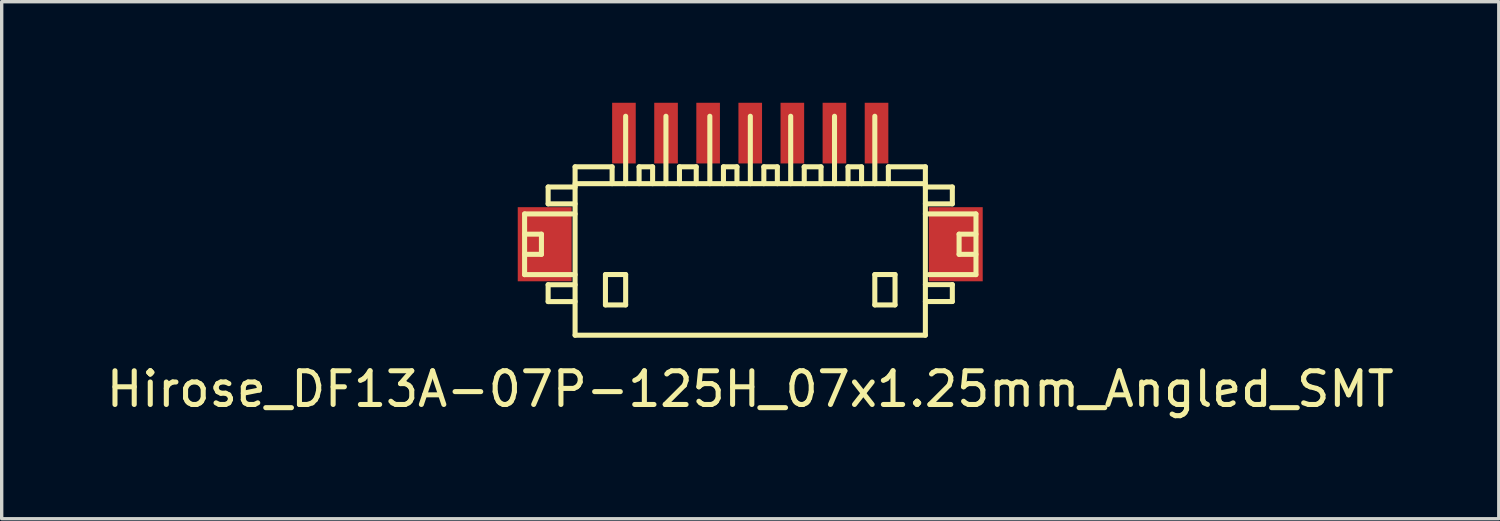
<source format=kicad_pcb>
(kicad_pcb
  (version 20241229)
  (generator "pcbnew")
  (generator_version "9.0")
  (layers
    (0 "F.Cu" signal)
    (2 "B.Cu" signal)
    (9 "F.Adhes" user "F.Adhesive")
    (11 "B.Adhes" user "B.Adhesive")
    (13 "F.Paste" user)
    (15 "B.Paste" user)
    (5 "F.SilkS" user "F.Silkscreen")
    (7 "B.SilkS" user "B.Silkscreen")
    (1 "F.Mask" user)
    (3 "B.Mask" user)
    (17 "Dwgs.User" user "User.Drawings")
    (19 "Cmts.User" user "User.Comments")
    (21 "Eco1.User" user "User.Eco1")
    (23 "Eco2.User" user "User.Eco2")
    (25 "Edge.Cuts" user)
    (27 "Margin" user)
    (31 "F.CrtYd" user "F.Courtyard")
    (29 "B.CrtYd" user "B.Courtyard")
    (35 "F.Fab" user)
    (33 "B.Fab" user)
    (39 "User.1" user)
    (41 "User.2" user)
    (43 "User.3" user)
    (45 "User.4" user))
  (footprint "Hirose_DF13A-07P-125H_07x1.25mm_Angled_SMT"
    (layer "F.Cu")
    (at 19.22 4.401)
    (property "Reference" "Hirose_DF13A-07P-125H_07x1.25mm_Angled_SMT" (at 0 4.1 0) (layer "F.SilkS") (effects (font (size 1 1) (thickness 0.15))))
    (attr smd)
    (fp_line (start -6.698 -1.1) (end -6.698 0.701) (stroke (width 0.15) (type solid)) (layer "F.SilkS"))
    (fp_line (start -6.698 0.701) (end -5.199 0.701) (stroke (width 0.15) (type solid)) (layer "F.SilkS"))
    (fp_line (start -6.198 -0.5) (end -6.698 -0.5) (stroke (width 0.15) (type solid)) (layer "F.SilkS"))
    (fp_line (start -6.198 0.099) (end -6.698 0.099) (stroke (width 0.15) (type solid)) (layer "F.SilkS"))
    (fp_line (start -6.198 0.099) (end -6.198 -0.5) (stroke (width 0.15) (type solid)) (layer "F.SilkS"))
    (fp_line (start -5.999 -1.9) (end -5.999 -1.4) (stroke (width 0.15) (type solid)) (layer "F.SilkS"))
    (fp_line (start -5.999 -1.9) (end -5.199 -1.9) (stroke (width 0.15) (type solid)) (layer "F.SilkS"))
    (fp_line (start -5.999 1.001) (end -5.999 1.501) (stroke (width 0.15) (type solid)) (layer "F.SilkS"))
    (fp_line (start -5.999 1.501) (end -5.199 1.501) (stroke (width 0.15) (type solid)) (layer "F.SilkS"))
    (fp_line (start -5.199 -1.999) (end 5.199 -1.999) (stroke (width 0.15) (type solid)) (layer "F.SilkS"))
    (fp_line (start -5.199 -1.4) (end -5.999 -1.4) (stroke (width 0.15) (type solid)) (layer "F.SilkS"))
    (fp_line (start -5.199 -1.1) (end -6.698 -1.1) (stroke (width 0.15) (type solid)) (layer "F.SilkS"))
    (fp_line (start -5.199 1.001) (end -5.999 1.001) (stroke (width 0.15) (type solid)) (layer "F.SilkS"))
    (fp_line (start -5.199 2.499) (end -5.199 -2.499) (stroke (width 0.15) (type solid)) (layer "F.SilkS"))
    (fp_line (start -5.199 2.499) (end 5.199 2.499) (stroke (width 0.15) (type solid)) (layer "F.SilkS"))
    (fp_line (start -4.298 0.699) (end -4.298 1.6) (stroke (width 0.15) (type solid)) (layer "F.SilkS"))
    (fp_line (start -4.298 1.6) (end -3.698 1.6) (stroke (width 0.15) (type solid)) (layer "F.SilkS"))
    (fp_line (start -4.1 -2.499) (end -5.199 -2.499) (stroke (width 0.15) (type solid)) (layer "F.SilkS"))
    (fp_line (start -4.1 -2.499) (end -4.1 -1.999) (stroke (width 0.15) (type solid)) (layer "F.SilkS"))
    (fp_line (start -3.698 -4) (end -3.698 -1.999) (stroke (width 0.15) (type solid)) (layer "F.SilkS"))
    (fp_line (start -3.698 0.699) (end -4.298 0.699) (stroke (width 0.15) (type solid)) (layer "F.SilkS"))
    (fp_line (start -3.698 1.6) (end -3.698 0.699) (stroke (width 0.15) (type solid)) (layer "F.SilkS"))
    (fp_line (start -3.299 -2.499) (end -3.299 -1.999) (stroke (width 0.15) (type solid)) (layer "F.SilkS"))
    (fp_line (start -2.898 -2.499) (end -3.299 -2.499) (stroke (width 0.15) (type solid)) (layer "F.SilkS"))
    (fp_line (start -2.898 -2.499) (end -2.898 -1.999) (stroke (width 0.15) (type solid)) (layer "F.SilkS"))
    (fp_line (start -2.502 -1.999) (end -2.502 -4) (stroke (width 0.15) (type solid)) (layer "F.SilkS"))
    (fp_line (start -2.103 -2.499) (end -1.603 -2.499) (stroke (width 0.15) (type solid)) (layer "F.SilkS"))
    (fp_line (start -2.101 -1.999) (end -2.101 -2.499) (stroke (width 0.15) (type solid)) (layer "F.SilkS"))
    (fp_line (start -1.603 -2.499) (end -1.603 -1.999) (stroke (width 0.15) (type solid)) (layer "F.SilkS"))
    (fp_line (start -1.199 -1.999) (end -1.199 -4) (stroke (width 0.15) (type solid)) (layer "F.SilkS"))
    (fp_line (start -0.795 -2.499) (end -0.795 -1.999) (stroke (width 0.15) (type solid)) (layer "F.SilkS"))
    (fp_line (start -0.394 -2.499) (end -0.795 -2.499) (stroke (width 0.15) (type solid)) (layer "F.SilkS"))
    (fp_line (start -0.394 -2.499) (end -0.394 -1.999) (stroke (width 0.15) (type solid)) (layer "F.SilkS"))
    (fp_line (start 0.003 -1.999) (end 0.003 -4) (stroke (width 0.15) (type solid)) (layer "F.SilkS"))
    (fp_line (start 0.404 -2.499) (end 0.404 -1.999) (stroke (width 0.15) (type solid)) (layer "F.SilkS"))
    (fp_line (start 0.805 -2.499) (end 0.404 -2.499) (stroke (width 0.15) (type solid)) (layer "F.SilkS"))
    (fp_line (start 0.805 -2.499) (end 0.805 -1.999) (stroke (width 0.15) (type solid)) (layer "F.SilkS"))
    (fp_line (start 1.201 -1.999) (end 1.201 -4) (stroke (width 0.15) (type solid)) (layer "F.SilkS"))
    (fp_line (start 1.6 -2.499) (end 2.101 -2.499) (stroke (width 0.15) (type solid)) (layer "F.SilkS"))
    (fp_line (start 1.603 -1.999) (end 1.603 -2.499) (stroke (width 0.15) (type solid)) (layer "F.SilkS"))
    (fp_line (start 2.101 -2.499) (end 2.101 -1.999) (stroke (width 0.15) (type solid)) (layer "F.SilkS"))
    (fp_line (start 2.502 -1.999) (end 2.502 -4) (stroke (width 0.15) (type solid)) (layer "F.SilkS"))
    (fp_line (start 2.903 -2.499) (end 2.903 -1.999) (stroke (width 0.15) (type solid)) (layer "F.SilkS"))
    (fp_line (start 3.305 -2.499) (end 2.903 -2.499) (stroke (width 0.15) (type solid)) (layer "F.SilkS"))
    (fp_line (start 3.305 -2.499) (end 3.305 -1.999) (stroke (width 0.15) (type solid)) (layer "F.SilkS"))
    (fp_line (start 3.698 -1.999) (end 3.698 -4) (stroke (width 0.15) (type solid)) (layer "F.SilkS"))
    (fp_line (start 3.698 0.699) (end 4.298 0.699) (stroke (width 0.15) (type solid)) (layer "F.SilkS"))
    (fp_line (start 3.698 1.6) (end 3.698 0.699) (stroke (width 0.15) (type solid)) (layer "F.SilkS"))
    (fp_line (start 4.1 -2.499) (end 4.1 -1.999) (stroke (width 0.15) (type solid)) (layer "F.SilkS"))
    (fp_line (start 4.298 0.699) (end 4.298 1.6) (stroke (width 0.15) (type solid)) (layer "F.SilkS"))
    (fp_line (start 4.298 1.6) (end 3.698 1.6) (stroke (width 0.15) (type solid)) (layer "F.SilkS"))
    (fp_line (start 5.199 -2.499) (end 4.1 -2.499) (stroke (width 0.15) (type solid)) (layer "F.SilkS"))
    (fp_line (start 5.199 -2.499) (end 5.199 2.499) (stroke (width 0.15) (type solid)) (layer "F.SilkS"))
    (fp_line (start 5.199 -1.9) (end 5.999 -1.9) (stroke (width 0.15) (type solid)) (layer "F.SilkS"))
    (fp_line (start 5.199 0.998) (end 5.999 0.998) (stroke (width 0.15) (type solid)) (layer "F.SilkS"))
    (fp_line (start 5.999 -1.9) (end 5.999 -1.4) (stroke (width 0.15) (type solid)) (layer "F.SilkS"))
    (fp_line (start 5.999 -1.4) (end 5.199 -1.4) (stroke (width 0.15) (type solid)) (layer "F.SilkS"))
    (fp_line (start 5.999 0.998) (end 5.999 1.499) (stroke (width 0.15) (type solid)) (layer "F.SilkS"))
    (fp_line (start 5.999 1.499) (end 5.199 1.499) (stroke (width 0.15) (type solid)) (layer "F.SilkS"))
    (fp_line (start 6.2 0.099) (end 6.2 -0.5) (stroke (width 0.15) (type solid)) (layer "F.SilkS"))
    (fp_line (start 6.698 -1.1) (end 5.199 -1.1) (stroke (width 0.15) (type solid)) (layer "F.SilkS"))
    (fp_line (start 6.698 0.701) (end 5.298 0.701) (stroke (width 0.15) (type solid)) (layer "F.SilkS"))
    (fp_line (start 6.701 -1.1) (end 6.701 0.701) (stroke (width 0.15) (type solid)) (layer "F.SilkS"))
    (fp_line (start 6.701 -0.5) (end 6.2 -0.5) (stroke (width 0.15) (type solid)) (layer "F.SilkS"))
    (fp_line (start 6.701 0.099) (end 6.2 0.099) (stroke (width 0.15) (type solid)) (layer "F.SilkS"))
    (pad "" smd rect (at -6.101 -0.201) (size 1.6 2.2) (layers "F.Cu" "F.Mask" "F.Paste"))
    (pad "" smd rect (at 6.101 -0.201) (size 1.6 2.2) (layers "F.Cu" "F.Mask" "F.Paste"))
    (pad "1" smd rect (at 3.749 -3.5) (size 0.701 1.801) (layers "F.Cu" "F.Mask" "F.Paste"))
    (pad "2" smd rect (at 2.499 -3.5) (size 0.701 1.801) (layers "F.Cu" "F.Mask" "F.Paste"))
    (pad "3" smd rect (at 1.25 -3.5) (size 0.701 1.801) (layers "F.Cu" "F.Mask" "F.Paste"))
    (pad "4" smd rect (at 0 -3.5) (size 0.701 1.801) (layers "F.Cu" "F.Mask" "F.Paste"))
    (pad "5" smd rect (at -1.25 -3.5) (size 0.701 1.801) (layers "F.Cu" "F.Mask" "F.Paste"))
    (pad "6" smd rect (at -2.499 -3.5) (size 0.701 1.801) (layers "F.Cu" "F.Mask" "F.Paste"))
    (pad "7" smd rect (at -3.749 -3.5) (size 0.701 1.801) (layers "F.Cu" "F.Mask" "F.Paste")))
  (gr_rect
    (start -3 -3)
    (end 41.44 12.348)
    (stroke (width 0.1) (type default))
    (fill no)
    (layer "Edge.Cuts")))
</source>
